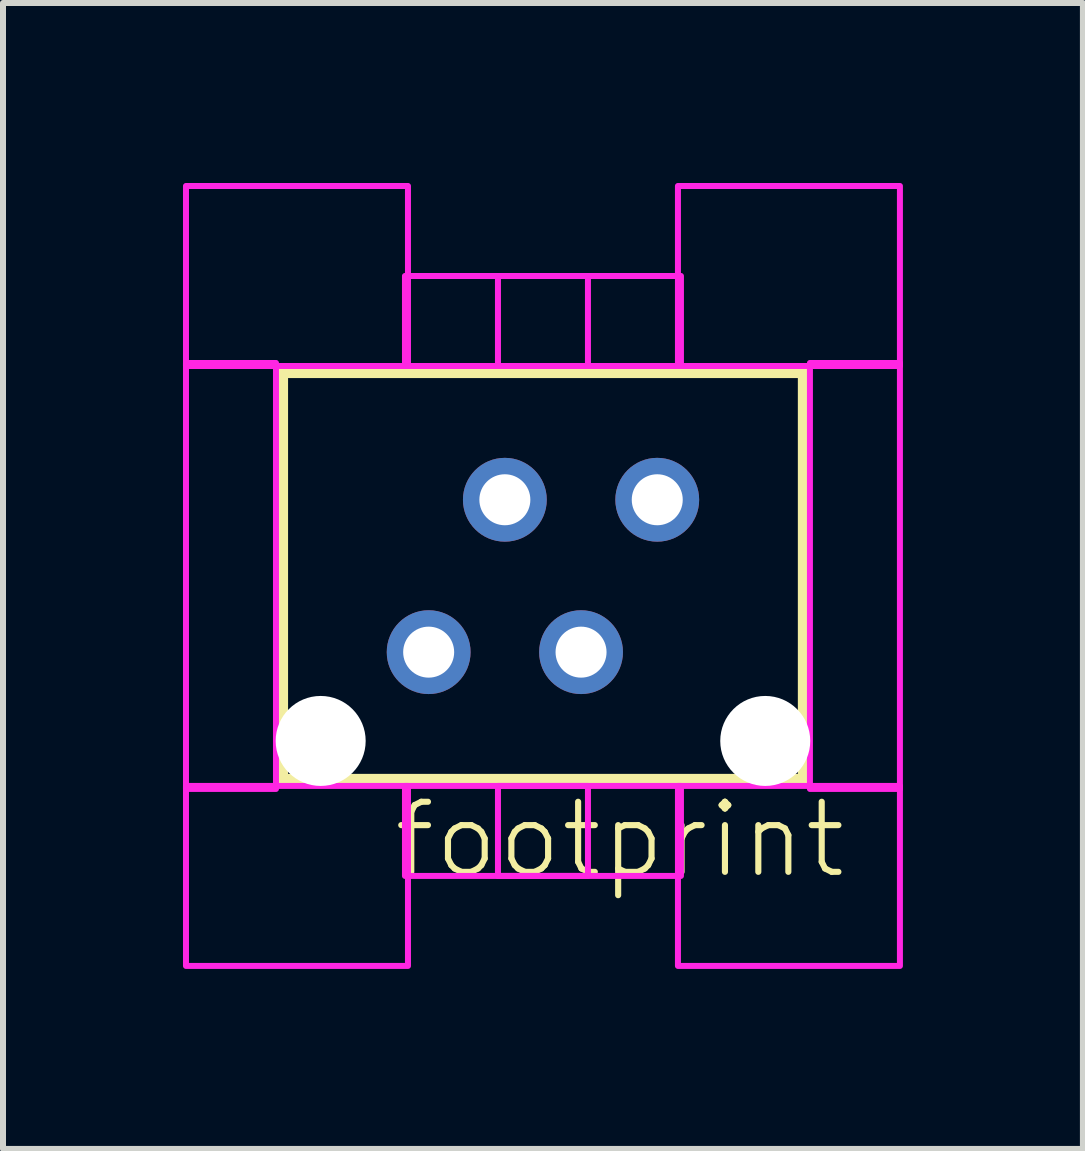
<source format=kicad_pcb>
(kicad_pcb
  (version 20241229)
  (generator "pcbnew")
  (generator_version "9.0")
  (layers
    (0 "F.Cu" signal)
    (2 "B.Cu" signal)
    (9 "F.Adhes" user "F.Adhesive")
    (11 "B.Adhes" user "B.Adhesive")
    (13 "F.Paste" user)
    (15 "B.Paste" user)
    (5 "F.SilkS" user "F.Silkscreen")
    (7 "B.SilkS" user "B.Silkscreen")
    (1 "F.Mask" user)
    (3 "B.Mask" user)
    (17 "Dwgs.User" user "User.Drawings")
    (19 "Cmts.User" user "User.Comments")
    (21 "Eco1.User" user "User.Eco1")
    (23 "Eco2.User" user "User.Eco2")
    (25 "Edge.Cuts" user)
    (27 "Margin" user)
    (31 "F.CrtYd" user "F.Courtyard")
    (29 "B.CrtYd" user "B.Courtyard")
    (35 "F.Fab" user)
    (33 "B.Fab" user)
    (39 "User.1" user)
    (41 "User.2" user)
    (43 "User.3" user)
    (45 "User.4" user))
  (footprint "footprint"
    (layer "F.Cu")
    (at 6 6.55)
    (property "Reference" "footprint" (at -2.54 5.08 0) (layer "F.SilkS") (effects (font (size 1.168 1.168) (thickness 0.102)) (justify left bottom)))
    (fp_line (start -4.35 -3.4) (end 4.35 -3.4) (stroke (width 0.203) (type solid)) (layer "F.SilkS"))
    (fp_line (start -4.35 3.4) (end -4.35 -3.4) (stroke (width 0.203) (type solid)) (layer "F.SilkS"))
    (fp_line (start 4.35 -3.4) (end 4.35 3.4) (stroke (width 0.203) (type solid)) (layer "F.SilkS"))
    (fp_line (start 4.35 3.4) (end -4.35 3.4) (stroke (width 0.203) (type solid)) (layer "F.SilkS"))
    (fp_poly (pts (xy -5.95 -3.5) (xy -2.25 -3.5) (xy -2.25 -6.5) (xy -5.95 -6.5)) (stroke (width 0.1) (type solid)) (fill no) (layer "F.CrtYd"))
    (fp_poly (pts (xy -5.95 3.55) (xy -4.45 3.55) (xy -4.45 -3.55) (xy -5.95 -3.55)) (stroke (width 0.1) (type solid)) (fill no) (layer "F.CrtYd"))
    (fp_poly (pts (xy -5.95 6.5) (xy -2.25 6.5) (xy -2.25 3.5) (xy -5.95 3.5)) (stroke (width 0.1) (type solid)) (fill no) (layer "F.CrtYd"))
    (fp_poly (pts (xy -2.3 -3.5) (xy 0.75 -3.5) (xy 0.75 -5) (xy -2.3 -5)) (stroke (width 0.1) (type solid)) (fill no) (layer "F.CrtYd"))
    (fp_poly (pts (xy -2.3 5) (xy 0.75 5) (xy 0.75 3.5) (xy -2.3 3.5)) (stroke (width 0.1) (type solid)) (fill no) (layer "F.CrtYd"))
    (fp_poly (pts (xy -0.75 -3.5) (xy 2.3 -3.5) (xy 2.3 -5) (xy -0.75 -5)) (stroke (width 0.1) (type solid)) (fill no) (layer "F.CrtYd"))
    (fp_poly (pts (xy -0.75 5) (xy 2.3 5) (xy 2.3 3.5) (xy -0.75 3.5)) (stroke (width 0.1) (type solid)) (fill no) (layer "F.CrtYd"))
    (fp_poly (pts (xy 2.25 -3.5) (xy 5.95 -3.5) (xy 5.95 -6.5) (xy 2.25 -6.5)) (stroke (width 0.1) (type solid)) (fill no) (layer "F.CrtYd"))
    (fp_poly (pts (xy 2.25 6.5) (xy 5.95 6.5) (xy 5.95 3.5) (xy 2.25 3.5)) (stroke (width 0.1) (type solid)) (fill no) (layer "F.CrtYd"))
    (fp_poly (pts (xy 4.45 3.55) (xy 5.95 3.55) (xy 5.95 -3.55) (xy 4.45 -3.55)) (stroke (width 0.1) (type solid)) (fill no) (layer "F.CrtYd"))
    (pad "" np_thru_hole circle (at -3.705 2.75) (size 1.5 1.5) (drill 1.5) (layers "*.Cu" "*.Mask"))
    (pad "" np_thru_hole circle (at 3.705 2.75) (size 1.5 1.5) (drill 1.5) (layers "*.Cu" "*.Mask"))
    (pad "1" thru_hole circle (at -1.905 1.27) (size 1.397 1.397) (drill 0.85) (layers "*.Cu" "*.Mask"))
    (pad "2" thru_hole circle (at -0.635 -1.27) (size 1.397 1.397) (drill 0.85) (layers "*.Cu" "*.Mask"))
    (pad "3" thru_hole circle (at 0.635 1.27) (size 1.397 1.397) (drill 0.85) (layers "*.Cu" "*.Mask"))
    (pad "4" thru_hole circle (at 1.905 -1.27) (size 1.397 1.397) (drill 0.85) (layers "*.Cu" "*.Mask")))
  (gr_rect
    (start -3 -3)
    (end 15 16.1)
    (stroke (width 0.1) (type default))
    (fill no)
    (layer "Edge.Cuts")))
</source>
